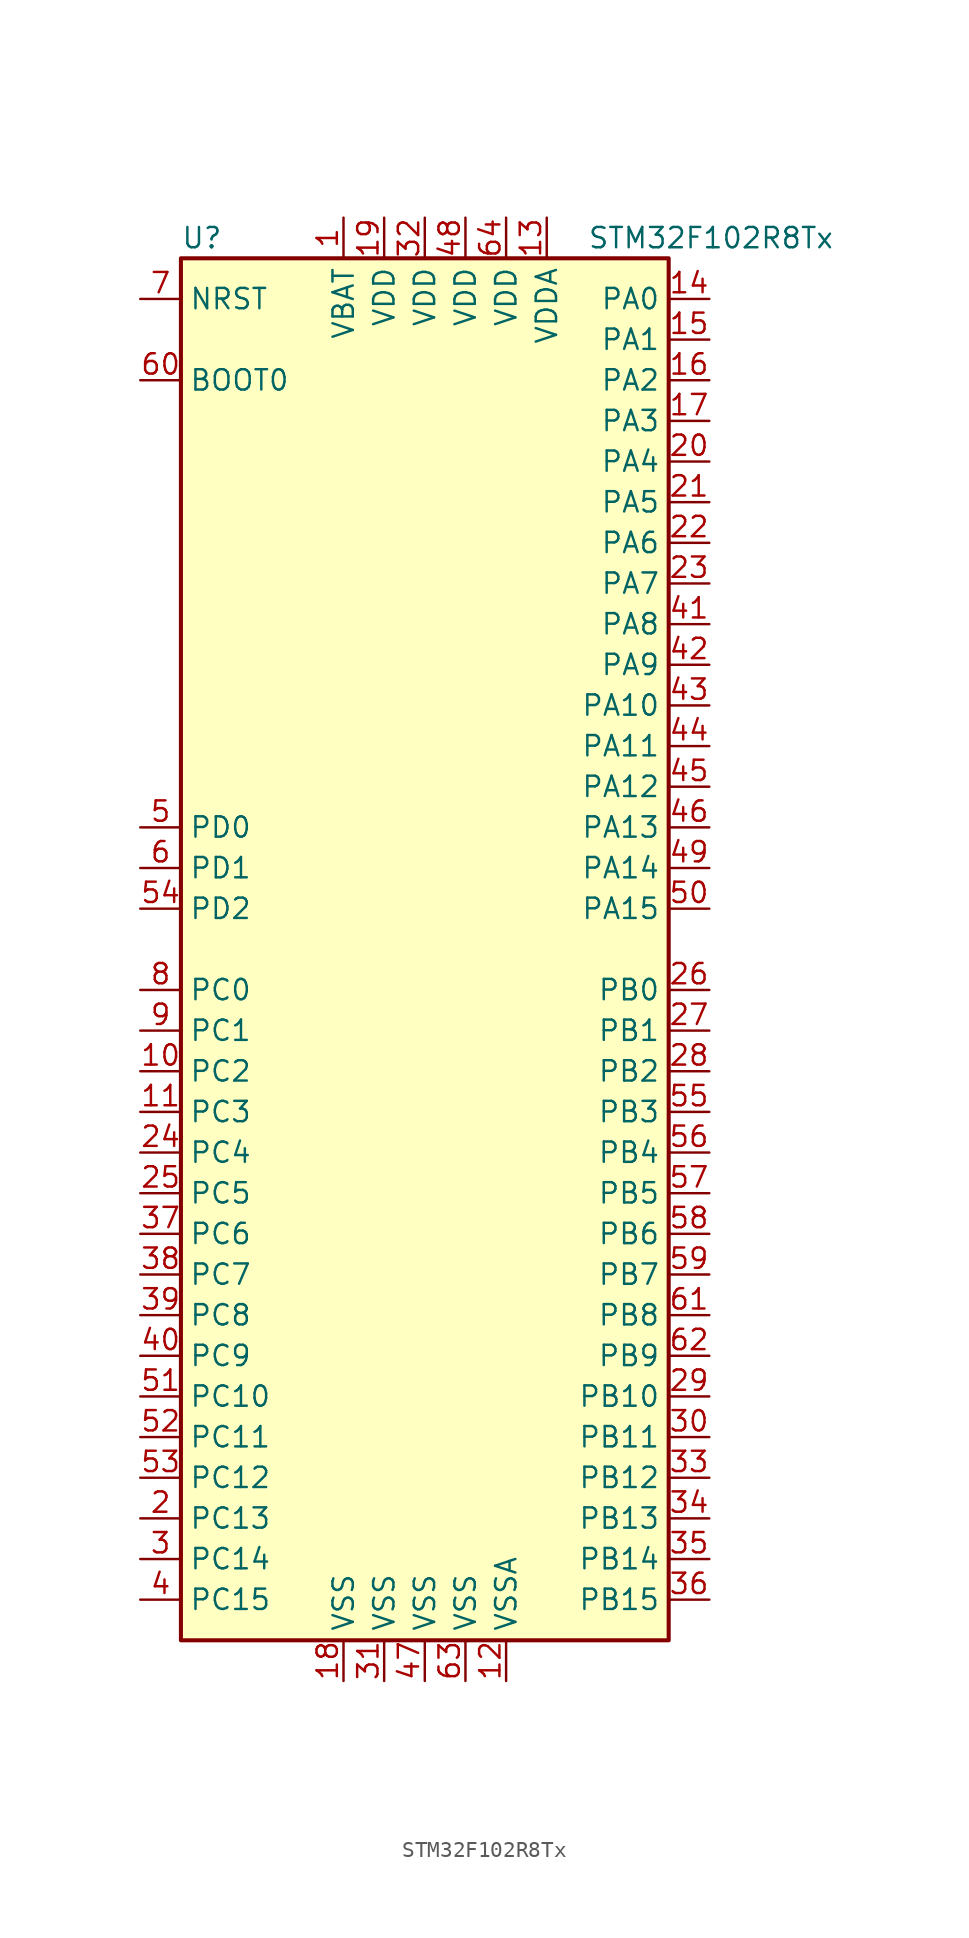
<source format=kicad_sym>
(kicad_symbol_lib
  (version 20211014)
  (generator kicad_symbol_editor)
  (symbol "STM32F102R8Tx"
    (property "Reference" "U"
      (at -15.24 44.45 0)
      (effects (font (size 1.27 1.27)) (justify left)))
    (property "Value" "STM32F102R8Tx"
      (at 10.16 44.45 0)
      (effects (font (size 1.27 1.27)) (justify left)))
    (symbol "STM32F102R8Tx_0_1"
      (rectangle (start -15.24 -43.18) (end 15.24 43.18) (stroke (width 0.254) (type default) (color 0 0 0 0)) (fill (type background))))
    (symbol "STM32F102R8Tx_1_1"
      (pin power_in line (at -5.08 45.72 270) (length 2.54) (name "VBAT" (effects (font (size 1.27 1.27)))) (number "1" (effects (font (size 1.27 1.27)))))
      (pin bidirectional line (at -17.78 -7.62 0) (length 2.54) (name "PC2" (effects (font (size 1.27 1.27)))) (number "10" (effects (font (size 1.27 1.27)))))
      (pin bidirectional line (at -17.78 -10.16 0) (length 2.54) (name "PC3" (effects (font (size 1.27 1.27)))) (number "11" (effects (font (size 1.27 1.27)))))
      (pin power_in line (at 5.08 -45.72 90) (length 2.54) (name "VSSA" (effects (font (size 1.27 1.27)))) (number "12" (effects (font (size 1.27 1.27)))))
      (pin power_in line (at 7.62 45.72 270) (length 2.54) (name "VDDA" (effects (font (size 1.27 1.27)))) (number "13" (effects (font (size 1.27 1.27)))))
      (pin bidirectional line (at 17.78 40.64 180) (length 2.54) (name "PA0" (effects (font (size 1.27 1.27)))) (number "14" (effects (font (size 1.27 1.27)))))
      (pin bidirectional line (at 17.78 38.1 180) (length 2.54) (name "PA1" (effects (font (size 1.27 1.27)))) (number "15" (effects (font (size 1.27 1.27)))))
      (pin bidirectional line (at 17.78 35.56 180) (length 2.54) (name "PA2" (effects (font (size 1.27 1.27)))) (number "16" (effects (font (size 1.27 1.27)))))
      (pin bidirectional line (at 17.78 33.02 180) (length 2.54) (name "PA3" (effects (font (size 1.27 1.27)))) (number "17" (effects (font (size 1.27 1.27)))))
      (pin power_in line (at -5.08 -45.72 90) (length 2.54) (name "VSS" (effects (font (size 1.27 1.27)))) (number "18" (effects (font (size 1.27 1.27)))))
      (pin power_in line (at -2.54 45.72 270) (length 2.54) (name "VDD" (effects (font (size 1.27 1.27)))) (number "19" (effects (font (size 1.27 1.27)))))
      (pin bidirectional line (at -17.78 -35.56 0) (length 2.54) (name "PC13" (effects (font (size 1.27 1.27)))) (number "2" (effects (font (size 1.27 1.27)))))
      (pin bidirectional line (at 17.78 30.48 180) (length 2.54) (name "PA4" (effects (font (size 1.27 1.27)))) (number "20" (effects (font (size 1.27 1.27)))))
      (pin bidirectional line (at 17.78 27.94 180) (length 2.54) (name "PA5" (effects (font (size 1.27 1.27)))) (number "21" (effects (font (size 1.27 1.27)))))
      (pin bidirectional line (at 17.78 25.4 180) (length 2.54) (name "PA6" (effects (font (size 1.27 1.27)))) (number "22" (effects (font (size 1.27 1.27)))))
      (pin bidirectional line (at 17.78 22.86 180) (length 2.54) (name "PA7" (effects (font (size 1.27 1.27)))) (number "23" (effects (font (size 1.27 1.27)))))
      (pin bidirectional line (at -17.78 -12.7 0) (length 2.54) (name "PC4" (effects (font (size 1.27 1.27)))) (number "24" (effects (font (size 1.27 1.27)))))
      (pin bidirectional line (at -17.78 -15.24 0) (length 2.54) (name "PC5" (effects (font (size 1.27 1.27)))) (number "25" (effects (font (size 1.27 1.27)))))
      (pin bidirectional line (at 17.78 -2.54 180) (length 2.54) (name "PB0" (effects (font (size 1.27 1.27)))) (number "26" (effects (font (size 1.27 1.27)))))
      (pin bidirectional line (at 17.78 -5.08 180) (length 2.54) (name "PB1" (effects (font (size 1.27 1.27)))) (number "27" (effects (font (size 1.27 1.27)))))
      (pin bidirectional line (at 17.78 -7.62 180) (length 2.54) (name "PB2" (effects (font (size 1.27 1.27)))) (number "28" (effects (font (size 1.27 1.27)))))
      (pin bidirectional line (at 17.78 -27.94 180) (length 2.54) (name "PB10" (effects (font (size 1.27 1.27)))) (number "29" (effects (font (size 1.27 1.27)))))
      (pin bidirectional line (at -17.78 -38.1 0) (length 2.54) (name "PC14" (effects (font (size 1.27 1.27)))) (number "3" (effects (font (size 1.27 1.27)))))
      (pin bidirectional line (at 17.78 -30.48 180) (length 2.54) (name "PB11" (effects (font (size 1.27 1.27)))) (number "30" (effects (font (size 1.27 1.27)))))
      (pin power_in line (at -2.54 -45.72 90) (length 2.54) (name "VSS" (effects (font (size 1.27 1.27)))) (number "31" (effects (font (size 1.27 1.27)))))
      (pin power_in line (at 0 45.72 270) (length 2.54) (name "VDD" (effects (font (size 1.27 1.27)))) (number "32" (effects (font (size 1.27 1.27)))))
      (pin bidirectional line (at 17.78 -33.02 180) (length 2.54) (name "PB12" (effects (font (size 1.27 1.27)))) (number "33" (effects (font (size 1.27 1.27)))))
      (pin bidirectional line (at 17.78 -35.56 180) (length 2.54) (name "PB13" (effects (font (size 1.27 1.27)))) (number "34" (effects (font (size 1.27 1.27)))))
      (pin bidirectional line (at 17.78 -38.1 180) (length 2.54) (name "PB14" (effects (font (size 1.27 1.27)))) (number "35" (effects (font (size 1.27 1.27)))))
      (pin bidirectional line (at 17.78 -40.64 180) (length 2.54) (name "PB15" (effects (font (size 1.27 1.27)))) (number "36" (effects (font (size 1.27 1.27)))))
      (pin bidirectional line (at -17.78 -17.78 0) (length 2.54) (name "PC6" (effects (font (size 1.27 1.27)))) (number "37" (effects (font (size 1.27 1.27)))))
      (pin bidirectional line (at -17.78 -20.32 0) (length 2.54) (name "PC7" (effects (font (size 1.27 1.27)))) (number "38" (effects (font (size 1.27 1.27)))))
      (pin bidirectional line (at -17.78 -22.86 0) (length 2.54) (name "PC8" (effects (font (size 1.27 1.27)))) (number "39" (effects (font (size 1.27 1.27)))))
      (pin bidirectional line (at -17.78 -40.64 0) (length 2.54) (name "PC15" (effects (font (size 1.27 1.27)))) (number "4" (effects (font (size 1.27 1.27)))))
      (pin bidirectional line (at -17.78 -25.4 0) (length 2.54) (name "PC9" (effects (font (size 1.27 1.27)))) (number "40" (effects (font (size 1.27 1.27)))))
      (pin bidirectional line (at 17.78 20.32 180) (length 2.54) (name "PA8" (effects (font (size 1.27 1.27)))) (number "41" (effects (font (size 1.27 1.27)))))
      (pin bidirectional line (at 17.78 17.78 180) (length 2.54) (name "PA9" (effects (font (size 1.27 1.27)))) (number "42" (effects (font (size 1.27 1.27)))))
      (pin bidirectional line (at 17.78 15.24 180) (length 2.54) (name "PA10" (effects (font (size 1.27 1.27)))) (number "43" (effects (font (size 1.27 1.27)))))
      (pin bidirectional line (at 17.78 12.7 180) (length 2.54) (name "PA11" (effects (font (size 1.27 1.27)))) (number "44" (effects (font (size 1.27 1.27)))))
      (pin bidirectional line (at 17.78 10.16 180) (length 2.54) (name "PA12" (effects (font (size 1.27 1.27)))) (number "45" (effects (font (size 1.27 1.27)))))
      (pin bidirectional line (at 17.78 7.62 180) (length 2.54) (name "PA13" (effects (font (size 1.27 1.27)))) (number "46" (effects (font (size 1.27 1.27)))))
      (pin power_in line (at 0 -45.72 90) (length 2.54) (name "VSS" (effects (font (size 1.27 1.27)))) (number "47" (effects (font (size 1.27 1.27)))))
      (pin power_in line (at 2.54 45.72 270) (length 2.54) (name "VDD" (effects (font (size 1.27 1.27)))) (number "48" (effects (font (size 1.27 1.27)))))
      (pin bidirectional line (at 17.78 5.08 180) (length 2.54) (name "PA14" (effects (font (size 1.27 1.27)))) (number "49" (effects (font (size 1.27 1.27)))))
      (pin input line (at -17.78 7.62 0) (length 2.54) (name "PD0" (effects (font (size 1.27 1.27)))) (number "5" (effects (font (size 1.27 1.27)))))
      (pin bidirectional line (at 17.78 2.54 180) (length 2.54) (name "PA15" (effects (font (size 1.27 1.27)))) (number "50" (effects (font (size 1.27 1.27)))))
      (pin bidirectional line (at -17.78 -27.94 0) (length 2.54) (name "PC10" (effects (font (size 1.27 1.27)))) (number "51" (effects (font (size 1.27 1.27)))))
      (pin bidirectional line (at -17.78 -30.48 0) (length 2.54) (name "PC11" (effects (font (size 1.27 1.27)))) (number "52" (effects (font (size 1.27 1.27)))))
      (pin bidirectional line (at -17.78 -33.02 0) (length 2.54) (name "PC12" (effects (font (size 1.27 1.27)))) (number "53" (effects (font (size 1.27 1.27)))))
      (pin bidirectional line (at -17.78 2.54 0) (length 2.54) (name "PD2" (effects (font (size 1.27 1.27)))) (number "54" (effects (font (size 1.27 1.27)))))
      (pin bidirectional line (at 17.78 -10.16 180) (length 2.54) (name "PB3" (effects (font (size 1.27 1.27)))) (number "55" (effects (font (size 1.27 1.27)))))
      (pin bidirectional line (at 17.78 -12.7 180) (length 2.54) (name "PB4" (effects (font (size 1.27 1.27)))) (number "56" (effects (font (size 1.27 1.27)))))
      (pin bidirectional line (at 17.78 -15.24 180) (length 2.54) (name "PB5" (effects (font (size 1.27 1.27)))) (number "57" (effects (font (size 1.27 1.27)))))
      (pin bidirectional line (at 17.78 -17.78 180) (length 2.54) (name "PB6" (effects (font (size 1.27 1.27)))) (number "58" (effects (font (size 1.27 1.27)))))
      (pin bidirectional line (at 17.78 -20.32 180) (length 2.54) (name "PB7" (effects (font (size 1.27 1.27)))) (number "59" (effects (font (size 1.27 1.27)))))
      (pin input line (at -17.78 5.08 0) (length 2.54) (name "PD1" (effects (font (size 1.27 1.27)))) (number "6" (effects (font (size 1.27 1.27)))))
      (pin input line (at -17.78 35.56 0) (length 2.54) (name "BOOT0" (effects (font (size 1.27 1.27)))) (number "60" (effects (font (size 1.27 1.27)))))
      (pin bidirectional line (at 17.78 -22.86 180) (length 2.54) (name "PB8" (effects (font (size 1.27 1.27)))) (number "61" (effects (font (size 1.27 1.27)))))
      (pin bidirectional line (at 17.78 -25.4 180) (length 2.54) (name "PB9" (effects (font (size 1.27 1.27)))) (number "62" (effects (font (size 1.27 1.27)))))
      (pin power_in line (at 2.54 -45.72 90) (length 2.54) (name "VSS" (effects (font (size 1.27 1.27)))) (number "63" (effects (font (size 1.27 1.27)))))
      (pin power_in line (at 5.08 45.72 270) (length 2.54) (name "VDD" (effects (font (size 1.27 1.27)))) (number "64" (effects (font (size 1.27 1.27)))))
      (pin input line (at -17.78 40.64 0) (length 2.54) (name "NRST" (effects (font (size 1.27 1.27)))) (number "7" (effects (font (size 1.27 1.27)))))
      (pin bidirectional line (at -17.78 -2.54 0) (length 2.54) (name "PC0" (effects (font (size 1.27 1.27)))) (number "8" (effects (font (size 1.27 1.27)))))
      (pin bidirectional line (at -17.78 -5.08 0) (length 2.54) (name "PC1" (effects (font (size 1.27 1.27)))) (number "9" (effects (font (size 1.27 1.27))))))))
</source>
